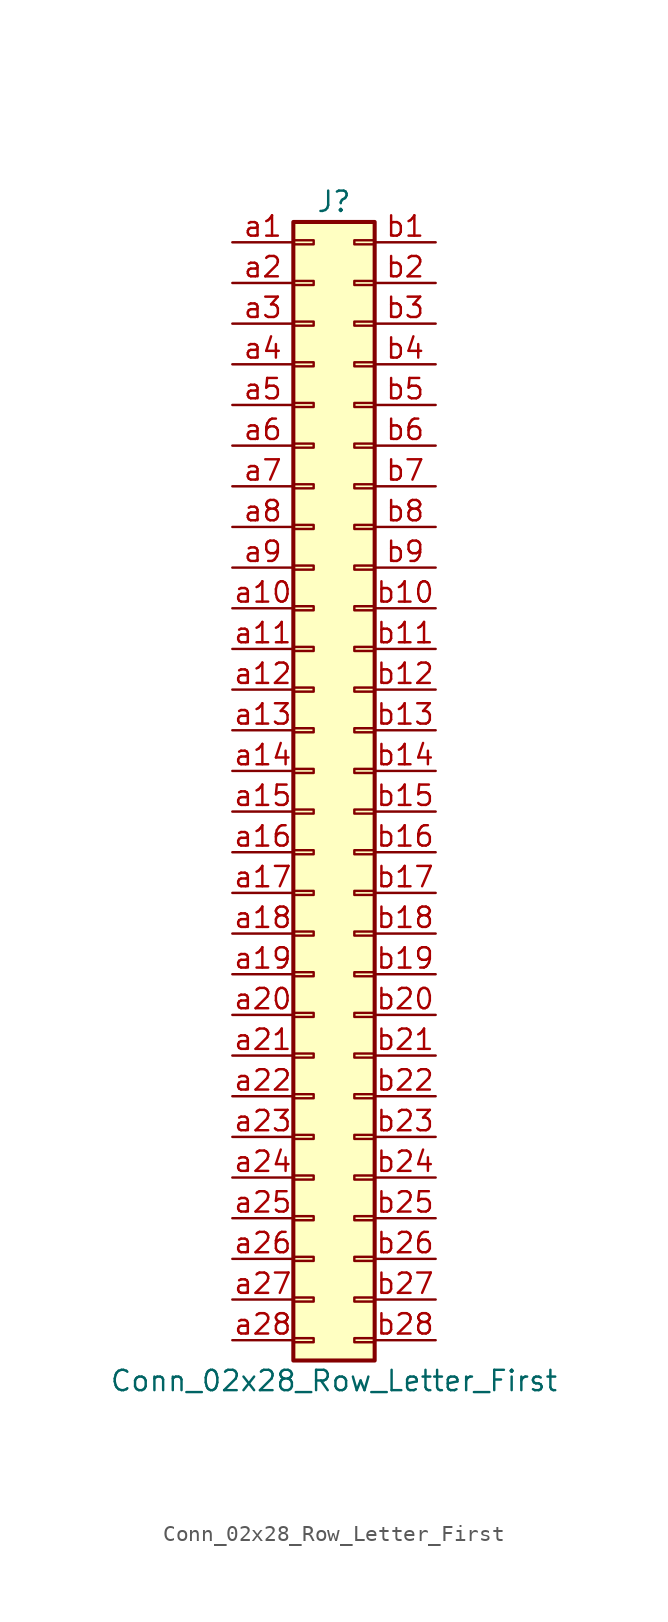
<source format=kicad_sym>
(kicad_symbol_lib
  (version 20201005)
  (generator kicad_symbol_editor)
  (symbol "Conn_02x28_Row_Letter_First"
    (pin_names
      (offset 1.016) hide)
    (property "Reference" "J"
      (at 1.27 35.56 0)
      (effects (font (size 1.27 1.27))))
    (property "Value" "Conn_02x28_Row_Letter_First"
      (at 1.27 -38.1 0)
      (effects (font (size 1.27 1.27))))
    (symbol "Conn_02x28_Row_Letter_First_1_1"
      (rectangle (start -1.27 -35.433) (end 0 -35.687) (stroke (width 0.152)) (fill (type none)))
      (rectangle (start -1.27 -32.893) (end 0 -33.147) (stroke (width 0.152)) (fill (type none)))
      (rectangle (start -1.27 -30.353) (end 0 -30.607) (stroke (width 0.152)) (fill (type none)))
      (rectangle (start -1.27 -27.813) (end 0 -28.067) (stroke (width 0.152)) (fill (type none)))
      (rectangle (start -1.27 -25.273) (end 0 -25.527) (stroke (width 0.152)) (fill (type none)))
      (rectangle (start -1.27 -22.733) (end 0 -22.987) (stroke (width 0.152)) (fill (type none)))
      (rectangle (start -1.27 -20.193) (end 0 -20.447) (stroke (width 0.152)) (fill (type none)))
      (rectangle (start -1.27 -17.653) (end 0 -17.907) (stroke (width 0.152)) (fill (type none)))
      (rectangle (start -1.27 -15.113) (end 0 -15.367) (stroke (width 0.152)) (fill (type none)))
      (rectangle (start -1.27 -12.573) (end 0 -12.827) (stroke (width 0.152)) (fill (type none)))
      (rectangle (start -1.27 -10.033) (end 0 -10.287) (stroke (width 0.152)) (fill (type none)))
      (rectangle (start -1.27 -7.493) (end 0 -7.747) (stroke (width 0.152)) (fill (type none)))
      (rectangle (start -1.27 -4.953) (end 0 -5.207) (stroke (width 0.152)) (fill (type none)))
      (rectangle (start -1.27 -2.413) (end 0 -2.667) (stroke (width 0.152)) (fill (type none)))
      (rectangle (start -1.27 0.127) (end 0 -0.127) (stroke (width 0.152)) (fill (type none)))
      (rectangle (start -1.27 2.667) (end 0 2.413) (stroke (width 0.152)) (fill (type none)))
      (rectangle (start -1.27 5.207) (end 0 4.953) (stroke (width 0.152)) (fill (type none)))
      (rectangle (start -1.27 7.747) (end 0 7.493) (stroke (width 0.152)) (fill (type none)))
      (rectangle (start -1.27 10.287) (end 0 10.033) (stroke (width 0.152)) (fill (type none)))
      (rectangle (start -1.27 12.827) (end 0 12.573) (stroke (width 0.152)) (fill (type none)))
      (rectangle (start -1.27 15.367) (end 0 15.113) (stroke (width 0.152)) (fill (type none)))
      (rectangle (start -1.27 17.907) (end 0 17.653) (stroke (width 0.152)) (fill (type none)))
      (rectangle (start -1.27 20.447) (end 0 20.193) (stroke (width 0.152)) (fill (type none)))
      (rectangle (start -1.27 22.987) (end 0 22.733) (stroke (width 0.152)) (fill (type none)))
      (rectangle (start -1.27 25.527) (end 0 25.273) (stroke (width 0.152)) (fill (type none)))
      (rectangle (start -1.27 28.067) (end 0 27.813) (stroke (width 0.152)) (fill (type none)))
      (rectangle (start -1.27 30.607) (end 0 30.353) (stroke (width 0.152)) (fill (type none)))
      (rectangle (start -1.27 33.147) (end 0 32.893) (stroke (width 0.152)) (fill (type none)))
      (rectangle (start 3.81 -35.433) (end 2.54 -35.687) (stroke (width 0.152)) (fill (type none)))
      (rectangle (start 3.81 -32.893) (end 2.54 -33.147) (stroke (width 0.152)) (fill (type none)))
      (rectangle (start 3.81 -30.353) (end 2.54 -30.607) (stroke (width 0.152)) (fill (type none)))
      (rectangle (start 3.81 -27.813) (end 2.54 -28.067) (stroke (width 0.152)) (fill (type none)))
      (rectangle (start 3.81 -25.273) (end 2.54 -25.527) (stroke (width 0.152)) (fill (type none)))
      (rectangle (start 3.81 -22.733) (end 2.54 -22.987) (stroke (width 0.152)) (fill (type none)))
      (rectangle (start 3.81 -20.193) (end 2.54 -20.447) (stroke (width 0.152)) (fill (type none)))
      (rectangle (start 3.81 -17.653) (end 2.54 -17.907) (stroke (width 0.152)) (fill (type none)))
      (rectangle (start 3.81 -15.113) (end 2.54 -15.367) (stroke (width 0.152)) (fill (type none)))
      (rectangle (start 3.81 -12.573) (end 2.54 -12.827) (stroke (width 0.152)) (fill (type none)))
      (rectangle (start 3.81 -10.033) (end 2.54 -10.287) (stroke (width 0.152)) (fill (type none)))
      (rectangle (start 3.81 -7.493) (end 2.54 -7.747) (stroke (width 0.152)) (fill (type none)))
      (rectangle (start 3.81 -4.953) (end 2.54 -5.207) (stroke (width 0.152)) (fill (type none)))
      (rectangle (start 3.81 -2.413) (end 2.54 -2.667) (stroke (width 0.152)) (fill (type none)))
      (rectangle (start 3.81 0.127) (end 2.54 -0.127) (stroke (width 0.152)) (fill (type none)))
      (rectangle (start 3.81 2.667) (end 2.54 2.413) (stroke (width 0.152)) (fill (type none)))
      (rectangle (start 3.81 5.207) (end 2.54 4.953) (stroke (width 0.152)) (fill (type none)))
      (rectangle (start 3.81 7.747) (end 2.54 7.493) (stroke (width 0.152)) (fill (type none)))
      (rectangle (start 3.81 10.287) (end 2.54 10.033) (stroke (width 0.152)) (fill (type none)))
      (rectangle (start 3.81 12.827) (end 2.54 12.573) (stroke (width 0.152)) (fill (type none)))
      (rectangle (start 3.81 15.367) (end 2.54 15.113) (stroke (width 0.152)) (fill (type none)))
      (rectangle (start 3.81 17.907) (end 2.54 17.653) (stroke (width 0.152)) (fill (type none)))
      (rectangle (start 3.81 20.447) (end 2.54 20.193) (stroke (width 0.152)) (fill (type none)))
      (rectangle (start 3.81 22.987) (end 2.54 22.733) (stroke (width 0.152)) (fill (type none)))
      (rectangle (start 3.81 25.527) (end 2.54 25.273) (stroke (width 0.152)) (fill (type none)))
      (rectangle (start 3.81 28.067) (end 2.54 27.813) (stroke (width 0.152)) (fill (type none)))
      (rectangle (start 3.81 30.607) (end 2.54 30.353) (stroke (width 0.152)) (fill (type none)))
      (rectangle (start 3.81 33.147) (end 2.54 32.893) (stroke (width 0.152)) (fill (type none)))
      (rectangle (start -1.27 34.29) (end 3.81 -36.83) (stroke (width 0.254)) (fill (type background)))
      (pin passive line (at -5.08 33.02 0) (length 3.81) (name "Pin_a1" (effects (font (size 1.27 1.27)))) (number "a1" (effects (font (size 1.27 1.27)))))
      (pin passive line (at -5.08 10.16 0) (length 3.81) (name "Pin_a10" (effects (font (size 1.27 1.27)))) (number "a10" (effects (font (size 1.27 1.27)))))
      (pin passive line (at -5.08 7.62 0) (length 3.81) (name "Pin_a11" (effects (font (size 1.27 1.27)))) (number "a11" (effects (font (size 1.27 1.27)))))
      (pin passive line (at -5.08 5.08 0) (length 3.81) (name "Pin_a12" (effects (font (size 1.27 1.27)))) (number "a12" (effects (font (size 1.27 1.27)))))
      (pin passive line (at -5.08 2.54 0) (length 3.81) (name "Pin_a13" (effects (font (size 1.27 1.27)))) (number "a13" (effects (font (size 1.27 1.27)))))
      (pin passive line (at -5.08 0 0) (length 3.81) (name "Pin_a14" (effects (font (size 1.27 1.27)))) (number "a14" (effects (font (size 1.27 1.27)))))
      (pin passive line (at -5.08 -2.54 0) (length 3.81) (name "Pin_a15" (effects (font (size 1.27 1.27)))) (number "a15" (effects (font (size 1.27 1.27)))))
      (pin passive line (at -5.08 -5.08 0) (length 3.81) (name "Pin_a16" (effects (font (size 1.27 1.27)))) (number "a16" (effects (font (size 1.27 1.27)))))
      (pin passive line (at -5.08 -7.62 0) (length 3.81) (name "Pin_a17" (effects (font (size 1.27 1.27)))) (number "a17" (effects (font (size 1.27 1.27)))))
      (pin passive line (at -5.08 -10.16 0) (length 3.81) (name "Pin_a18" (effects (font (size 1.27 1.27)))) (number "a18" (effects (font (size 1.27 1.27)))))
      (pin passive line (at -5.08 -12.7 0) (length 3.81) (name "Pin_a19" (effects (font (size 1.27 1.27)))) (number "a19" (effects (font (size 1.27 1.27)))))
      (pin passive line (at -5.08 30.48 0) (length 3.81) (name "Pin_a2" (effects (font (size 1.27 1.27)))) (number "a2" (effects (font (size 1.27 1.27)))))
      (pin passive line (at -5.08 -15.24 0) (length 3.81) (name "Pin_a20" (effects (font (size 1.27 1.27)))) (number "a20" (effects (font (size 1.27 1.27)))))
      (pin passive line (at -5.08 -17.78 0) (length 3.81) (name "Pin_a21" (effects (font (size 1.27 1.27)))) (number "a21" (effects (font (size 1.27 1.27)))))
      (pin passive line (at -5.08 -20.32 0) (length 3.81) (name "Pin_a22" (effects (font (size 1.27 1.27)))) (number "a22" (effects (font (size 1.27 1.27)))))
      (pin passive line (at -5.08 -22.86 0) (length 3.81) (name "Pin_a23" (effects (font (size 1.27 1.27)))) (number "a23" (effects (font (size 1.27 1.27)))))
      (pin passive line (at -5.08 -25.4 0) (length 3.81) (name "Pin_a24" (effects (font (size 1.27 1.27)))) (number "a24" (effects (font (size 1.27 1.27)))))
      (pin passive line (at -5.08 -27.94 0) (length 3.81) (name "Pin_a25" (effects (font (size 1.27 1.27)))) (number "a25" (effects (font (size 1.27 1.27)))))
      (pin passive line (at -5.08 -30.48 0) (length 3.81) (name "Pin_a26" (effects (font (size 1.27 1.27)))) (number "a26" (effects (font (size 1.27 1.27)))))
      (pin passive line (at -5.08 -33.02 0) (length 3.81) (name "Pin_a27" (effects (font (size 1.27 1.27)))) (number "a27" (effects (font (size 1.27 1.27)))))
      (pin passive line (at -5.08 -35.56 0) (length 3.81) (name "Pin_a28" (effects (font (size 1.27 1.27)))) (number "a28" (effects (font (size 1.27 1.27)))))
      (pin passive line (at -5.08 27.94 0) (length 3.81) (name "Pin_a3" (effects (font (size 1.27 1.27)))) (number "a3" (effects (font (size 1.27 1.27)))))
      (pin passive line (at -5.08 25.4 0) (length 3.81) (name "Pin_a4" (effects (font (size 1.27 1.27)))) (number "a4" (effects (font (size 1.27 1.27)))))
      (pin passive line (at -5.08 22.86 0) (length 3.81) (name "Pin_a5" (effects (font (size 1.27 1.27)))) (number "a5" (effects (font (size 1.27 1.27)))))
      (pin passive line (at -5.08 20.32 0) (length 3.81) (name "Pin_a6" (effects (font (size 1.27 1.27)))) (number "a6" (effects (font (size 1.27 1.27)))))
      (pin passive line (at -5.08 17.78 0) (length 3.81) (name "Pin_a7" (effects (font (size 1.27 1.27)))) (number "a7" (effects (font (size 1.27 1.27)))))
      (pin passive line (at -5.08 15.24 0) (length 3.81) (name "Pin_a8" (effects (font (size 1.27 1.27)))) (number "a8" (effects (font (size 1.27 1.27)))))
      (pin passive line (at -5.08 12.7 0) (length 3.81) (name "Pin_a9" (effects (font (size 1.27 1.27)))) (number "a9" (effects (font (size 1.27 1.27)))))
      (pin passive line (at 7.62 33.02 180) (length 3.81) (name "Pin_b1" (effects (font (size 1.27 1.27)))) (number "b1" (effects (font (size 1.27 1.27)))))
      (pin passive line (at 7.62 10.16 180) (length 3.81) (name "Pin_b10" (effects (font (size 1.27 1.27)))) (number "b10" (effects (font (size 1.27 1.27)))))
      (pin passive line (at 7.62 7.62 180) (length 3.81) (name "Pin_b11" (effects (font (size 1.27 1.27)))) (number "b11" (effects (font (size 1.27 1.27)))))
      (pin passive line (at 7.62 5.08 180) (length 3.81) (name "Pin_b12" (effects (font (size 1.27 1.27)))) (number "b12" (effects (font (size 1.27 1.27)))))
      (pin passive line (at 7.62 2.54 180) (length 3.81) (name "Pin_b13" (effects (font (size 1.27 1.27)))) (number "b13" (effects (font (size 1.27 1.27)))))
      (pin passive line (at 7.62 0 180) (length 3.81) (name "Pin_b14" (effects (font (size 1.27 1.27)))) (number "b14" (effects (font (size 1.27 1.27)))))
      (pin passive line (at 7.62 -2.54 180) (length 3.81) (name "Pin_b15" (effects (font (size 1.27 1.27)))) (number "b15" (effects (font (size 1.27 1.27)))))
      (pin passive line (at 7.62 -5.08 180) (length 3.81) (name "Pin_b16" (effects (font (size 1.27 1.27)))) (number "b16" (effects (font (size 1.27 1.27)))))
      (pin passive line (at 7.62 -7.62 180) (length 3.81) (name "Pin_b17" (effects (font (size 1.27 1.27)))) (number "b17" (effects (font (size 1.27 1.27)))))
      (pin passive line (at 7.62 -10.16 180) (length 3.81) (name "Pin_b18" (effects (font (size 1.27 1.27)))) (number "b18" (effects (font (size 1.27 1.27)))))
      (pin passive line (at 7.62 -12.7 180) (length 3.81) (name "Pin_b19" (effects (font (size 1.27 1.27)))) (number "b19" (effects (font (size 1.27 1.27)))))
      (pin passive line (at 7.62 30.48 180) (length 3.81) (name "Pin_b2" (effects (font (size 1.27 1.27)))) (number "b2" (effects (font (size 1.27 1.27)))))
      (pin passive line (at 7.62 -15.24 180) (length 3.81) (name "Pin_b20" (effects (font (size 1.27 1.27)))) (number "b20" (effects (font (size 1.27 1.27)))))
      (pin passive line (at 7.62 -17.78 180) (length 3.81) (name "Pin_b21" (effects (font (size 1.27 1.27)))) (number "b21" (effects (font (size 1.27 1.27)))))
      (pin passive line (at 7.62 -20.32 180) (length 3.81) (name "Pin_b22" (effects (font (size 1.27 1.27)))) (number "b22" (effects (font (size 1.27 1.27)))))
      (pin passive line (at 7.62 -22.86 180) (length 3.81) (name "Pin_b23" (effects (font (size 1.27 1.27)))) (number "b23" (effects (font (size 1.27 1.27)))))
      (pin passive line (at 7.62 -25.4 180) (length 3.81) (name "Pin_b24" (effects (font (size 1.27 1.27)))) (number "b24" (effects (font (size 1.27 1.27)))))
      (pin passive line (at 7.62 -27.94 180) (length 3.81) (name "Pin_b25" (effects (font (size 1.27 1.27)))) (number "b25" (effects (font (size 1.27 1.27)))))
      (pin passive line (at 7.62 -30.48 180) (length 3.81) (name "Pin_b26" (effects (font (size 1.27 1.27)))) (number "b26" (effects (font (size 1.27 1.27)))))
      (pin passive line (at 7.62 -33.02 180) (length 3.81) (name "Pin_b27" (effects (font (size 1.27 1.27)))) (number "b27" (effects (font (size 1.27 1.27)))))
      (pin passive line (at 7.62 -35.56 180) (length 3.81) (name "Pin_b28" (effects (font (size 1.27 1.27)))) (number "b28" (effects (font (size 1.27 1.27)))))
      (pin passive line (at 7.62 27.94 180) (length 3.81) (name "Pin_b3" (effects (font (size 1.27 1.27)))) (number "b3" (effects (font (size 1.27 1.27)))))
      (pin passive line (at 7.62 25.4 180) (length 3.81) (name "Pin_b4" (effects (font (size 1.27 1.27)))) (number "b4" (effects (font (size 1.27 1.27)))))
      (pin passive line (at 7.62 22.86 180) (length 3.81) (name "Pin_b5" (effects (font (size 1.27 1.27)))) (number "b5" (effects (font (size 1.27 1.27)))))
      (pin passive line (at 7.62 20.32 180) (length 3.81) (name "Pin_b6" (effects (font (size 1.27 1.27)))) (number "b6" (effects (font (size 1.27 1.27)))))
      (pin passive line (at 7.62 17.78 180) (length 3.81) (name "Pin_b7" (effects (font (size 1.27 1.27)))) (number "b7" (effects (font (size 1.27 1.27)))))
      (pin passive line (at 7.62 15.24 180) (length 3.81) (name "Pin_b8" (effects (font (size 1.27 1.27)))) (number "b8" (effects (font (size 1.27 1.27)))))
      (pin passive line (at 7.62 12.7 180) (length 3.81) (name "Pin_b9" (effects (font (size 1.27 1.27)))) (number "b9" (effects (font (size 1.27 1.27))))))))
</source>
